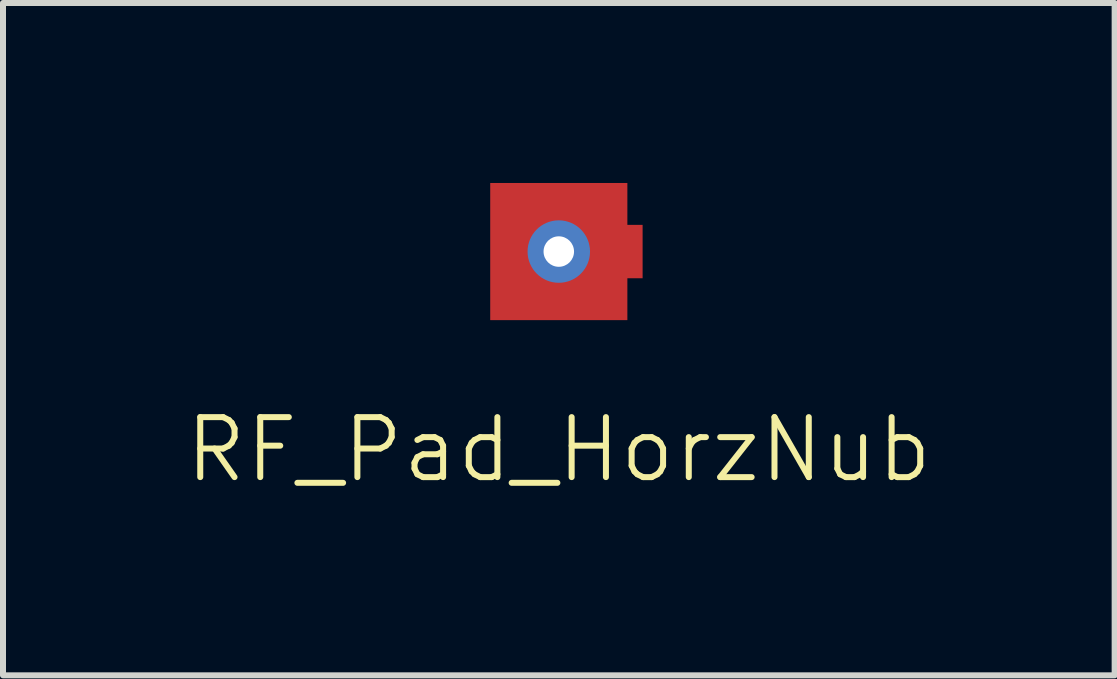
<source format=kicad_pcb>
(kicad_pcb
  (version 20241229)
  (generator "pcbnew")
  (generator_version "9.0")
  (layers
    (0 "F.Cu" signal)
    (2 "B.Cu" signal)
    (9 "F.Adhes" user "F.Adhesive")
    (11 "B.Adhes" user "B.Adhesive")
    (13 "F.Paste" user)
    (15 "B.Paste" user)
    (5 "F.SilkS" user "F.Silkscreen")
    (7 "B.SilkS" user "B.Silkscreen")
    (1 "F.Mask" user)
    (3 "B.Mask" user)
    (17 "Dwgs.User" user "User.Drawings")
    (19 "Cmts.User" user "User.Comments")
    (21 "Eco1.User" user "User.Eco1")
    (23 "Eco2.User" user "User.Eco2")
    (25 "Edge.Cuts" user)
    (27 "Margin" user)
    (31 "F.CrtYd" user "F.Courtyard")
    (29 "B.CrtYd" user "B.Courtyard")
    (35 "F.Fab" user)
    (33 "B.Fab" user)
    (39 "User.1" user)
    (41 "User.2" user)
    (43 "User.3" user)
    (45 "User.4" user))
  (footprint "RF_Pad_HorzNub"
    (layer "F.Cu")
    (at 6.264 1.143)
    (property "Reference" "RF_Pad_HorzNub" (at 0 3.302 0) (unlocked yes) (layer "F.SilkS") (effects (font (size 1 1) (thickness 0.1))))
    (attr through_hole)
    (pad "1" thru_hole circle (at 0 0) (size 1.041 1.041) (drill 0.508) (layers "*.Cu" "*.Mask"))
    (pad "1" smd custom (at 0 0) (size 2.286 2.286) (layers "F.Cu" "F.Mask") (options (anchor rect)) (primitives (gr_rect (start 1.092 -0.445) (end 1.397 0.445) (width 0) (fill yes)))))
  (gr_rect
    (start -3 -3)
    (end 15.529 8.206)
    (stroke (width 0.1) (type default))
    (fill no)
    (layer "Edge.Cuts")))
</source>
